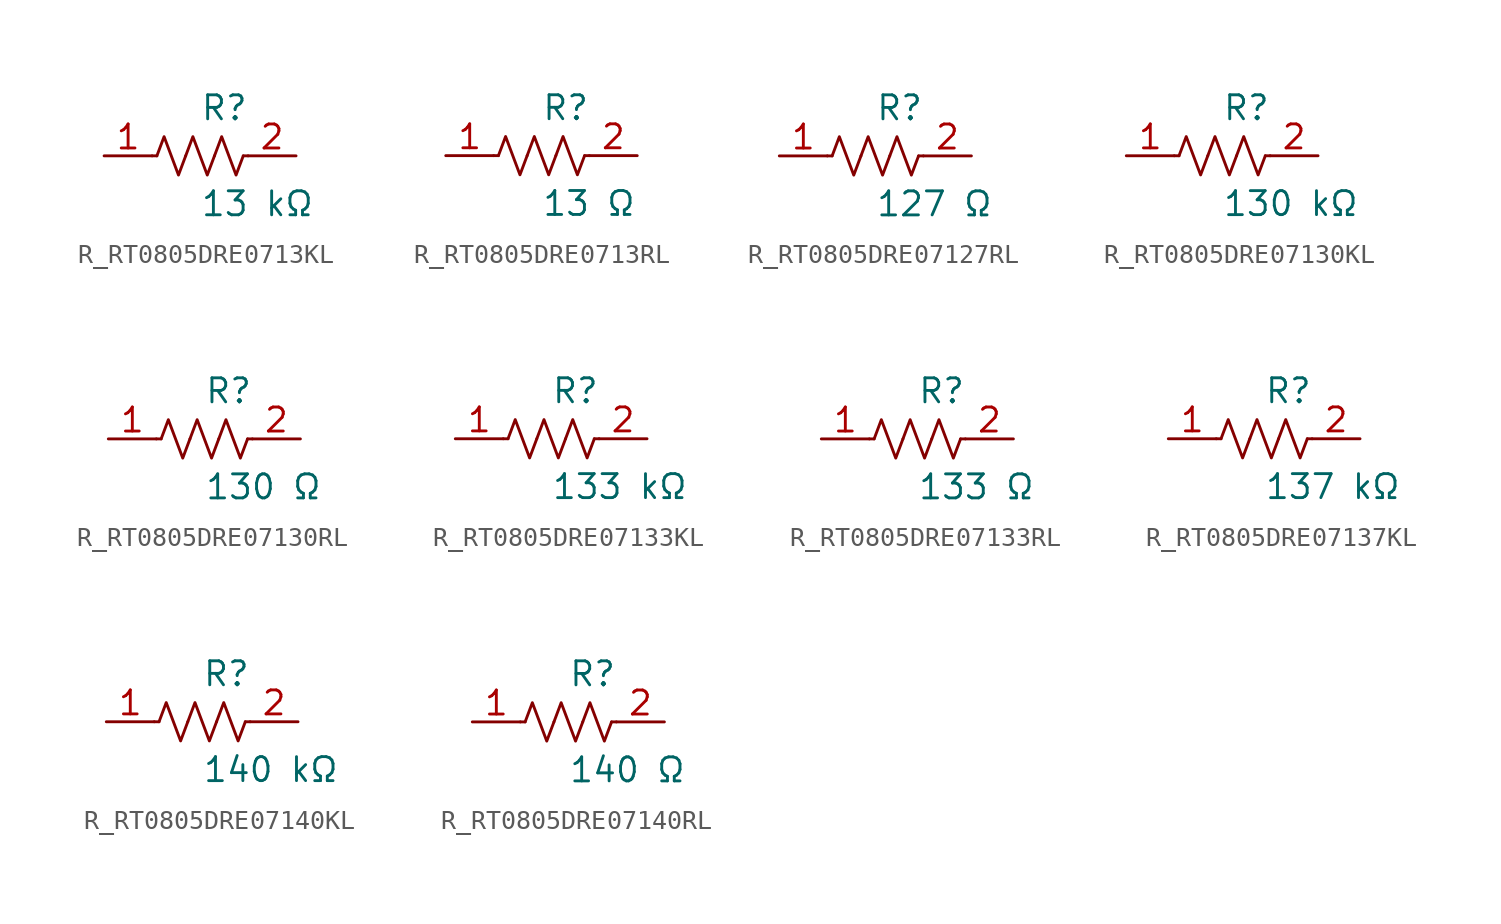
<source format=kicad_sym>
(kicad_symbol_lib
  (version 20231120)
  (generator kicad_symbol_editor)
  (generator_version 8.0)
  (symbol "R_RT0805DRE0713KL"
    (pin_names
      (offset 0.254))
    (property "Reference" "R"
      (at 0 2.54 0)
      (effects (font (size 1.27 1.27)) (justify left)))
    (property "Value" "13 kΩ"
      (at 0 -2.54 0)
      (effects (font (size 1.27 1.27)) (justify left)))
    (symbol "R_RT0805DRE0713KL_0_1"
      (polyline (pts (xy 2.286 0) (xy 2.54 0)) (stroke (width 0) (type default)) (fill (type none)))
      (polyline (pts (xy -2.286 0) (xy -2.54 0)) (stroke (width 0) (type default)) (fill (type none)))
      (polyline (pts (xy 0.762 0) (xy 1.143 1.016) (xy 1.524 0) (xy 1.905 -1.016) (xy 2.286 0)) (stroke (width 0) (type default)) (fill (type none)))
      (polyline (pts (xy -0.762 0) (xy -0.381 1.016) (xy 0 0) (xy 0.381 -1.016) (xy 0.762 0)) (stroke (width 0) (type default)) (fill (type none)))
      (polyline (pts (xy -2.286 0) (xy -1.905 1.016) (xy -1.524 0) (xy -1.143 -1.016) (xy -0.762 0)) (stroke (width 0) (type default)) (fill (type none))))
    (pin passive line
      (at -5.08 0 0)
      (length 2.54)
      (name "" (effects (font (size 1.27 1.27))))
      (number "1" (effects (font (size 1.27 1.27)))))
    (pin passive line
      (at 5.08 0 180)
      (length 2.54)
      (name "" (effects (font (size 1.27 1.27))))
      (number "2" (effects (font (size 1.27 1.27))))))
  (symbol "R_RT0805DRE0713RL"
    (pin_names
      (offset 0.254))
    (property "Reference" "R"
      (at 0 2.54 0)
      (effects (font (size 1.27 1.27)) (justify left)))
    (property "Value" "13 Ω"
      (at 0 -2.54 0)
      (effects (font (size 1.27 1.27)) (justify left)))
    (symbol "R_RT0805DRE0713RL_0_1"
      (polyline (pts (xy 2.286 0) (xy 2.54 0)) (stroke (width 0) (type default)) (fill (type none)))
      (polyline (pts (xy -2.286 0) (xy -2.54 0)) (stroke (width 0) (type default)) (fill (type none)))
      (polyline (pts (xy 0.762 0) (xy 1.143 1.016) (xy 1.524 0) (xy 1.905 -1.016) (xy 2.286 0)) (stroke (width 0) (type default)) (fill (type none)))
      (polyline (pts (xy -0.762 0) (xy -0.381 1.016) (xy 0 0) (xy 0.381 -1.016) (xy 0.762 0)) (stroke (width 0) (type default)) (fill (type none)))
      (polyline (pts (xy -2.286 0) (xy -1.905 1.016) (xy -1.524 0) (xy -1.143 -1.016) (xy -0.762 0)) (stroke (width 0) (type default)) (fill (type none))))
    (pin passive line
      (at -5.08 0 0)
      (length 2.54)
      (name "" (effects (font (size 1.27 1.27))))
      (number "1" (effects (font (size 1.27 1.27)))))
    (pin passive line
      (at 5.08 0 180)
      (length 2.54)
      (name "" (effects (font (size 1.27 1.27))))
      (number "2" (effects (font (size 1.27 1.27))))))
  (symbol "R_RT0805DRE07127RL"
    (pin_names
      (offset 0.254))
    (property "Reference" "R"
      (at 0 2.54 0)
      (effects (font (size 1.27 1.27)) (justify left)))
    (property "Value" "127 Ω"
      (at 0 -2.54 0)
      (effects (font (size 1.27 1.27)) (justify left)))
    (symbol "R_RT0805DRE07127RL_0_1"
      (polyline (pts (xy 2.286 0) (xy 2.54 0)) (stroke (width 0) (type default)) (fill (type none)))
      (polyline (pts (xy -2.286 0) (xy -2.54 0)) (stroke (width 0) (type default)) (fill (type none)))
      (polyline (pts (xy 0.762 0) (xy 1.143 1.016) (xy 1.524 0) (xy 1.905 -1.016) (xy 2.286 0)) (stroke (width 0) (type default)) (fill (type none)))
      (polyline (pts (xy -0.762 0) (xy -0.381 1.016) (xy 0 0) (xy 0.381 -1.016) (xy 0.762 0)) (stroke (width 0) (type default)) (fill (type none)))
      (polyline (pts (xy -2.286 0) (xy -1.905 1.016) (xy -1.524 0) (xy -1.143 -1.016) (xy -0.762 0)) (stroke (width 0) (type default)) (fill (type none))))
    (pin passive line
      (at -5.08 0 0)
      (length 2.54)
      (name "" (effects (font (size 1.27 1.27))))
      (number "1" (effects (font (size 1.27 1.27)))))
    (pin passive line
      (at 5.08 0 180)
      (length 2.54)
      (name "" (effects (font (size 1.27 1.27))))
      (number "2" (effects (font (size 1.27 1.27))))))
  (symbol "R_RT0805DRE07130KL"
    (pin_names
      (offset 0.254))
    (property "Reference" "R"
      (at 0 2.54 0)
      (effects (font (size 1.27 1.27)) (justify left)))
    (property "Value" "130 kΩ"
      (at 0 -2.54 0)
      (effects (font (size 1.27 1.27)) (justify left)))
    (symbol "R_RT0805DRE07130KL_0_1"
      (polyline (pts (xy 2.286 0) (xy 2.54 0)) (stroke (width 0) (type default)) (fill (type none)))
      (polyline (pts (xy -2.286 0) (xy -2.54 0)) (stroke (width 0) (type default)) (fill (type none)))
      (polyline (pts (xy 0.762 0) (xy 1.143 1.016) (xy 1.524 0) (xy 1.905 -1.016) (xy 2.286 0)) (stroke (width 0) (type default)) (fill (type none)))
      (polyline (pts (xy -0.762 0) (xy -0.381 1.016) (xy 0 0) (xy 0.381 -1.016) (xy 0.762 0)) (stroke (width 0) (type default)) (fill (type none)))
      (polyline (pts (xy -2.286 0) (xy -1.905 1.016) (xy -1.524 0) (xy -1.143 -1.016) (xy -0.762 0)) (stroke (width 0) (type default)) (fill (type none))))
    (pin passive line
      (at -5.08 0 0)
      (length 2.54)
      (name "" (effects (font (size 1.27 1.27))))
      (number "1" (effects (font (size 1.27 1.27)))))
    (pin passive line
      (at 5.08 0 180)
      (length 2.54)
      (name "" (effects (font (size 1.27 1.27))))
      (number "2" (effects (font (size 1.27 1.27))))))
  (symbol "R_RT0805DRE07130RL"
    (pin_names
      (offset 0.254))
    (property "Reference" "R"
      (at 0 2.54 0)
      (effects (font (size 1.27 1.27)) (justify left)))
    (property "Value" "130 Ω"
      (at 0 -2.54 0)
      (effects (font (size 1.27 1.27)) (justify left)))
    (symbol "R_RT0805DRE07130RL_0_1"
      (polyline (pts (xy 2.286 0) (xy 2.54 0)) (stroke (width 0) (type default)) (fill (type none)))
      (polyline (pts (xy -2.286 0) (xy -2.54 0)) (stroke (width 0) (type default)) (fill (type none)))
      (polyline (pts (xy 0.762 0) (xy 1.143 1.016) (xy 1.524 0) (xy 1.905 -1.016) (xy 2.286 0)) (stroke (width 0) (type default)) (fill (type none)))
      (polyline (pts (xy -0.762 0) (xy -0.381 1.016) (xy 0 0) (xy 0.381 -1.016) (xy 0.762 0)) (stroke (width 0) (type default)) (fill (type none)))
      (polyline (pts (xy -2.286 0) (xy -1.905 1.016) (xy -1.524 0) (xy -1.143 -1.016) (xy -0.762 0)) (stroke (width 0) (type default)) (fill (type none))))
    (pin passive line
      (at -5.08 0 0)
      (length 2.54)
      (name "" (effects (font (size 1.27 1.27))))
      (number "1" (effects (font (size 1.27 1.27)))))
    (pin passive line
      (at 5.08 0 180)
      (length 2.54)
      (name "" (effects (font (size 1.27 1.27))))
      (number "2" (effects (font (size 1.27 1.27))))))
  (symbol "R_RT0805DRE07133KL"
    (pin_names
      (offset 0.254))
    (property "Reference" "R"
      (at 0 2.54 0)
      (effects (font (size 1.27 1.27)) (justify left)))
    (property "Value" "133 kΩ"
      (at 0 -2.54 0)
      (effects (font (size 1.27 1.27)) (justify left)))
    (symbol "R_RT0805DRE07133KL_0_1"
      (polyline (pts (xy 2.286 0) (xy 2.54 0)) (stroke (width 0) (type default)) (fill (type none)))
      (polyline (pts (xy -2.286 0) (xy -2.54 0)) (stroke (width 0) (type default)) (fill (type none)))
      (polyline (pts (xy 0.762 0) (xy 1.143 1.016) (xy 1.524 0) (xy 1.905 -1.016) (xy 2.286 0)) (stroke (width 0) (type default)) (fill (type none)))
      (polyline (pts (xy -0.762 0) (xy -0.381 1.016) (xy 0 0) (xy 0.381 -1.016) (xy 0.762 0)) (stroke (width 0) (type default)) (fill (type none)))
      (polyline (pts (xy -2.286 0) (xy -1.905 1.016) (xy -1.524 0) (xy -1.143 -1.016) (xy -0.762 0)) (stroke (width 0) (type default)) (fill (type none))))
    (pin passive line
      (at -5.08 0 0)
      (length 2.54)
      (name "" (effects (font (size 1.27 1.27))))
      (number "1" (effects (font (size 1.27 1.27)))))
    (pin passive line
      (at 5.08 0 180)
      (length 2.54)
      (name "" (effects (font (size 1.27 1.27))))
      (number "2" (effects (font (size 1.27 1.27))))))
  (symbol "R_RT0805DRE07133RL"
    (pin_names
      (offset 0.254))
    (property "Reference" "R"
      (at 0 2.54 0)
      (effects (font (size 1.27 1.27)) (justify left)))
    (property "Value" "133 Ω"
      (at 0 -2.54 0)
      (effects (font (size 1.27 1.27)) (justify left)))
    (symbol "R_RT0805DRE07133RL_0_1"
      (polyline (pts (xy 2.286 0) (xy 2.54 0)) (stroke (width 0) (type default)) (fill (type none)))
      (polyline (pts (xy -2.286 0) (xy -2.54 0)) (stroke (width 0) (type default)) (fill (type none)))
      (polyline (pts (xy 0.762 0) (xy 1.143 1.016) (xy 1.524 0) (xy 1.905 -1.016) (xy 2.286 0)) (stroke (width 0) (type default)) (fill (type none)))
      (polyline (pts (xy -0.762 0) (xy -0.381 1.016) (xy 0 0) (xy 0.381 -1.016) (xy 0.762 0)) (stroke (width 0) (type default)) (fill (type none)))
      (polyline (pts (xy -2.286 0) (xy -1.905 1.016) (xy -1.524 0) (xy -1.143 -1.016) (xy -0.762 0)) (stroke (width 0) (type default)) (fill (type none))))
    (pin passive line
      (at -5.08 0 0)
      (length 2.54)
      (name "" (effects (font (size 1.27 1.27))))
      (number "1" (effects (font (size 1.27 1.27)))))
    (pin passive line
      (at 5.08 0 180)
      (length 2.54)
      (name "" (effects (font (size 1.27 1.27))))
      (number "2" (effects (font (size 1.27 1.27))))))
  (symbol "R_RT0805DRE07137KL"
    (pin_names
      (offset 0.254))
    (property "Reference" "R"
      (at 0 2.54 0)
      (effects (font (size 1.27 1.27)) (justify left)))
    (property "Value" "137 kΩ"
      (at 0 -2.54 0)
      (effects (font (size 1.27 1.27)) (justify left)))
    (symbol "R_RT0805DRE07137KL_0_1"
      (polyline (pts (xy 2.286 0) (xy 2.54 0)) (stroke (width 0) (type default)) (fill (type none)))
      (polyline (pts (xy -2.286 0) (xy -2.54 0)) (stroke (width 0) (type default)) (fill (type none)))
      (polyline (pts (xy 0.762 0) (xy 1.143 1.016) (xy 1.524 0) (xy 1.905 -1.016) (xy 2.286 0)) (stroke (width 0) (type default)) (fill (type none)))
      (polyline (pts (xy -0.762 0) (xy -0.381 1.016) (xy 0 0) (xy 0.381 -1.016) (xy 0.762 0)) (stroke (width 0) (type default)) (fill (type none)))
      (polyline (pts (xy -2.286 0) (xy -1.905 1.016) (xy -1.524 0) (xy -1.143 -1.016) (xy -0.762 0)) (stroke (width 0) (type default)) (fill (type none))))
    (pin passive line
      (at -5.08 0 0)
      (length 2.54)
      (name "" (effects (font (size 1.27 1.27))))
      (number "1" (effects (font (size 1.27 1.27)))))
    (pin passive line
      (at 5.08 0 180)
      (length 2.54)
      (name "" (effects (font (size 1.27 1.27))))
      (number "2" (effects (font (size 1.27 1.27))))))
  (symbol "R_RT0805DRE07140KL"
    (pin_names
      (offset 0.254))
    (property "Reference" "R"
      (at 0 2.54 0)
      (effects (font (size 1.27 1.27)) (justify left)))
    (property "Value" "140 kΩ"
      (at 0 -2.54 0)
      (effects (font (size 1.27 1.27)) (justify left)))
    (symbol "R_RT0805DRE07140KL_0_1"
      (polyline (pts (xy 2.286 0) (xy 2.54 0)) (stroke (width 0) (type default)) (fill (type none)))
      (polyline (pts (xy -2.286 0) (xy -2.54 0)) (stroke (width 0) (type default)) (fill (type none)))
      (polyline (pts (xy 0.762 0) (xy 1.143 1.016) (xy 1.524 0) (xy 1.905 -1.016) (xy 2.286 0)) (stroke (width 0) (type default)) (fill (type none)))
      (polyline (pts (xy -0.762 0) (xy -0.381 1.016) (xy 0 0) (xy 0.381 -1.016) (xy 0.762 0)) (stroke (width 0) (type default)) (fill (type none)))
      (polyline (pts (xy -2.286 0) (xy -1.905 1.016) (xy -1.524 0) (xy -1.143 -1.016) (xy -0.762 0)) (stroke (width 0) (type default)) (fill (type none))))
    (pin passive line
      (at -5.08 0 0)
      (length 2.54)
      (name "" (effects (font (size 1.27 1.27))))
      (number "1" (effects (font (size 1.27 1.27)))))
    (pin passive line
      (at 5.08 0 180)
      (length 2.54)
      (name "" (effects (font (size 1.27 1.27))))
      (number "2" (effects (font (size 1.27 1.27))))))
  (symbol "R_RT0805DRE07140RL"
    (pin_names
      (offset 0.254))
    (property "Reference" "R"
      (at 0 2.54 0)
      (effects (font (size 1.27 1.27)) (justify left)))
    (property "Value" "140 Ω"
      (at 0 -2.54 0)
      (effects (font (size 1.27 1.27)) (justify left)))
    (symbol "R_RT0805DRE07140RL_0_1"
      (polyline (pts (xy 2.286 0) (xy 2.54 0)) (stroke (width 0) (type default)) (fill (type none)))
      (polyline (pts (xy -2.286 0) (xy -2.54 0)) (stroke (width 0) (type default)) (fill (type none)))
      (polyline (pts (xy 0.762 0) (xy 1.143 1.016) (xy 1.524 0) (xy 1.905 -1.016) (xy 2.286 0)) (stroke (width 0) (type default)) (fill (type none)))
      (polyline (pts (xy -0.762 0) (xy -0.381 1.016) (xy 0 0) (xy 0.381 -1.016) (xy 0.762 0)) (stroke (width 0) (type default)) (fill (type none)))
      (polyline (pts (xy -2.286 0) (xy -1.905 1.016) (xy -1.524 0) (xy -1.143 -1.016) (xy -0.762 0)) (stroke (width 0) (type default)) (fill (type none))))
    (pin passive line
      (at -5.08 0 0)
      (length 2.54)
      (name "" (effects (font (size 1.27 1.27))))
      (number "1" (effects (font (size 1.27 1.27)))))
    (pin passive line
      (at 5.08 0 180)
      (length 2.54)
      (name "" (effects (font (size 1.27 1.27))))
      (number "2" (effects (font (size 1.27 1.27)))))))
</source>
